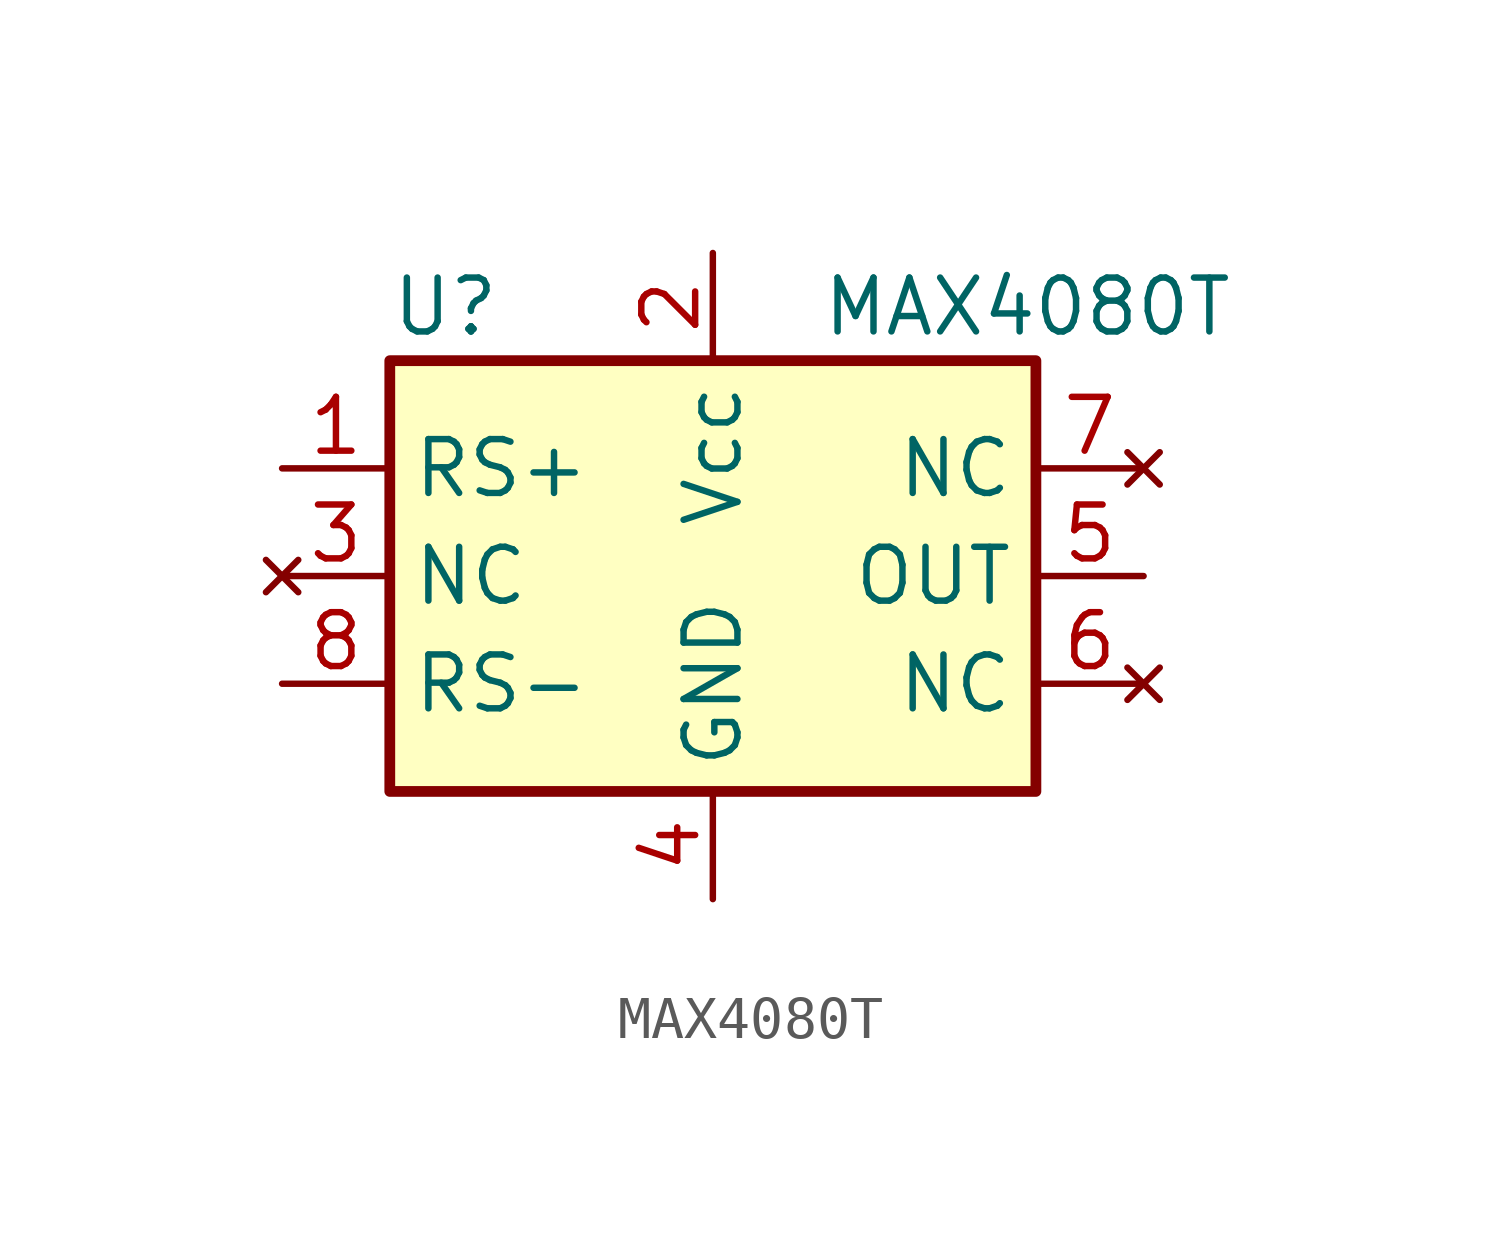
<source format=kicad_sym>
(kicad_symbol_lib
  (version 20231120)
  (generator "kicad_symbol_editor")
  (generator_version "8.0")
  (symbol "MAX4080T"
    (property "Reference" "U"
      (at -7.62 6.35 0)
      (effects (font (size 1.27 1.27)) (justify left)))
    (property "Value" "MAX4080T"
      (at 2.54 6.35 0)
      (effects (font (size 1.27 1.27)) (justify left)))
    (symbol "MAX4080T_0_1"
      (rectangle (start -7.62 5.08) (end 7.62 -5.08) (stroke (width 0.254) (type default)) (fill (type background))))
    (symbol "MAX4080T_1_1"
      (pin passive line (at -10.16 2.54 0) (length 2.54) (name "RS+" (effects (font (size 1.27 1.27)))) (number "1" (effects (font (size 1.27 1.27)))))
      (pin passive line (at 0 7.62 270) (length 2.54) (name "Vcc" (effects (font (size 1.27 1.27)))) (number "2" (effects (font (size 1.27 1.27)))))
      (pin no_connect line (at -10.16 0 0) (length 2.54) (name "NC" (effects (font (size 1.27 1.27)))) (number "3" (effects (font (size 1.27 1.27)))))
      (pin passive line (at 0 -7.62 90) (length 2.54) (name "GND" (effects (font (size 1.27 1.27)))) (number "4" (effects (font (size 1.27 1.27)))))
      (pin passive line (at 10.16 0 180) (length 2.54) (name "OUT" (effects (font (size 1.27 1.27)))) (number "5" (effects (font (size 1.27 1.27)))))
      (pin no_connect line (at 10.16 -2.54 180) (length 2.54) (name "NC" (effects (font (size 1.27 1.27)))) (number "6" (effects (font (size 1.27 1.27)))))
      (pin no_connect line (at 10.16 2.54 180) (length 2.54) (name "NC" (effects (font (size 1.27 1.27)))) (number "7" (effects (font (size 1.27 1.27)))))
      (pin passive line (at -10.16 -2.54 0) (length 2.54) (name "RS-" (effects (font (size 1.27 1.27)))) (number "8" (effects (font (size 1.27 1.27))))))))
</source>
